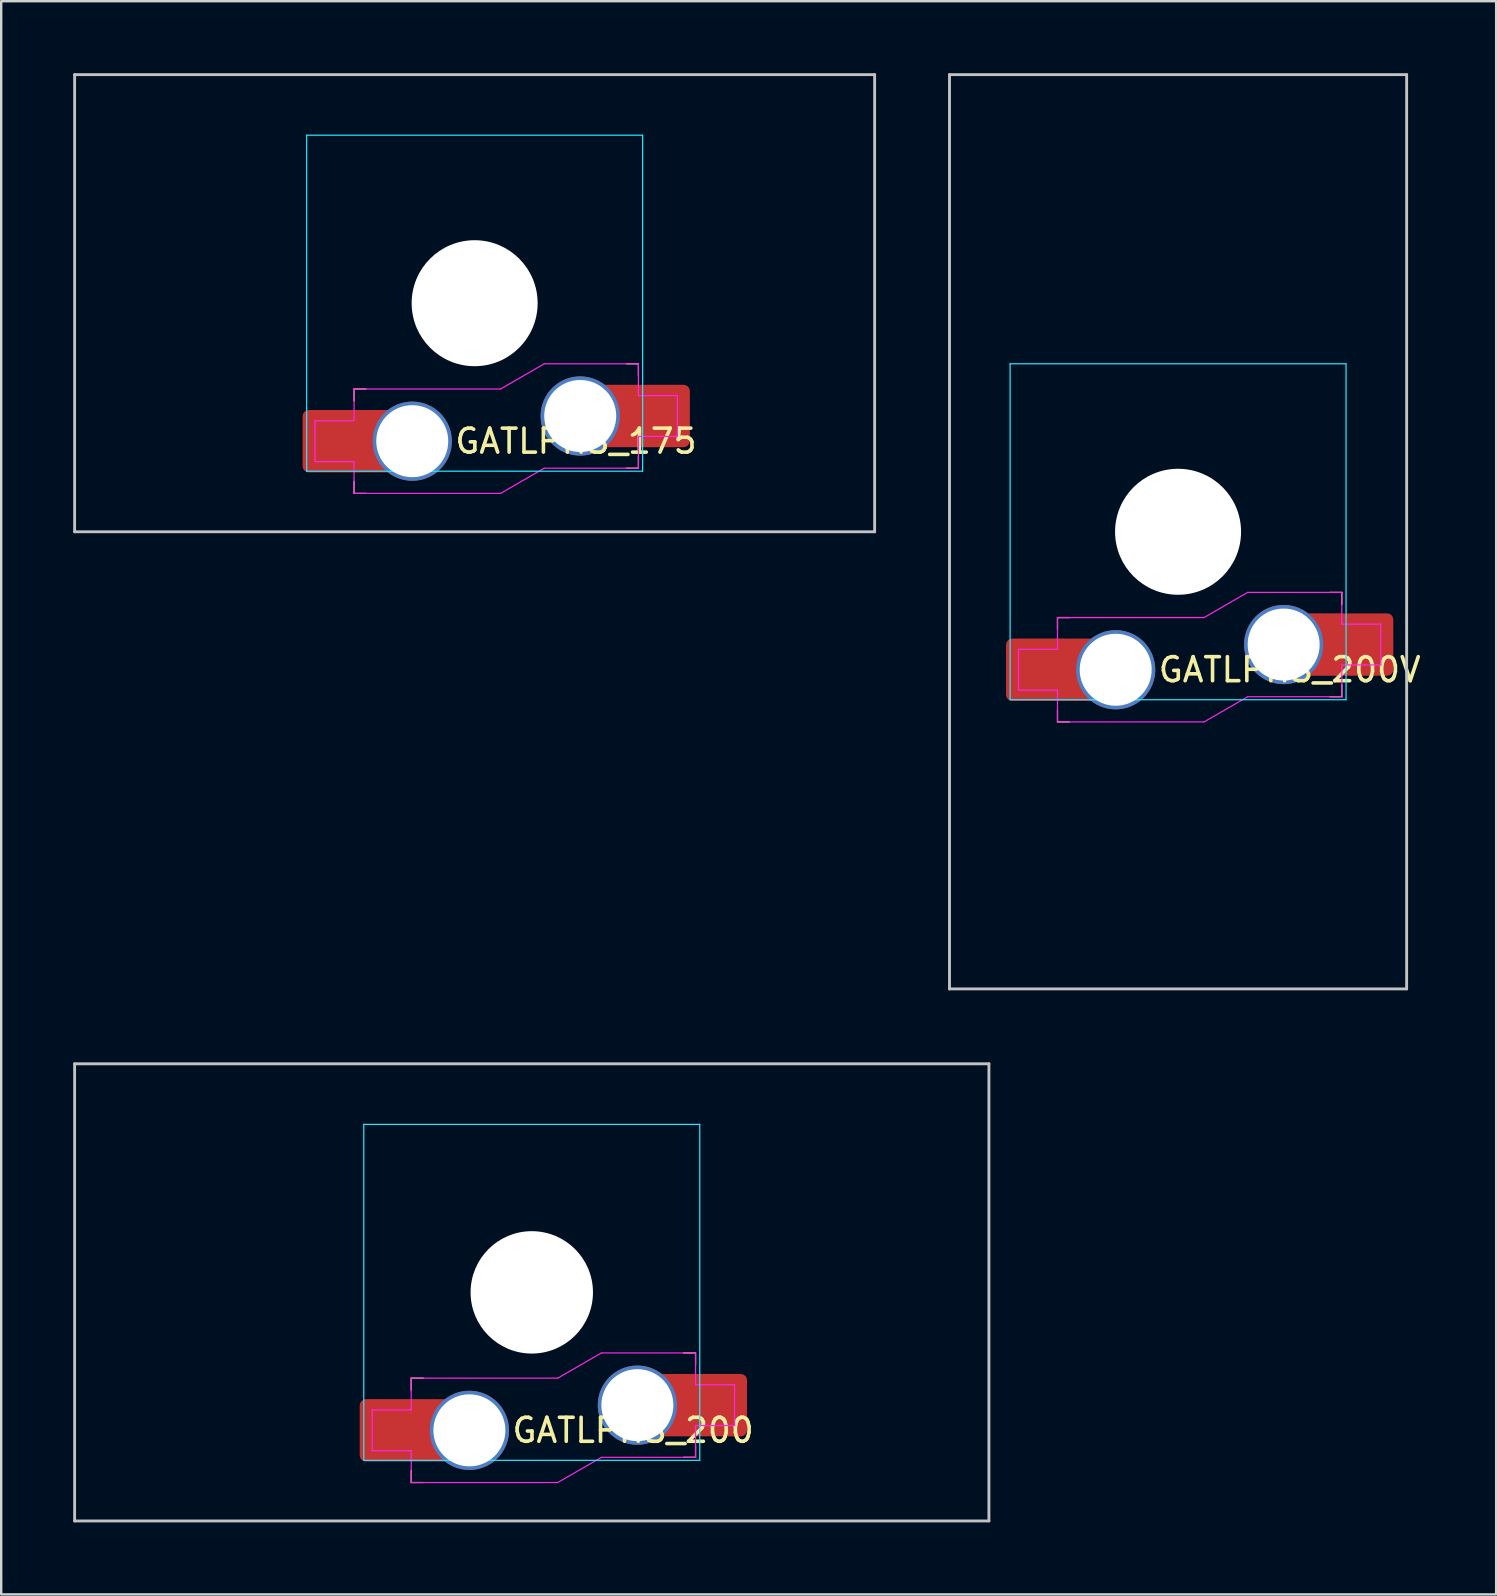
<source format=kicad_pcb>
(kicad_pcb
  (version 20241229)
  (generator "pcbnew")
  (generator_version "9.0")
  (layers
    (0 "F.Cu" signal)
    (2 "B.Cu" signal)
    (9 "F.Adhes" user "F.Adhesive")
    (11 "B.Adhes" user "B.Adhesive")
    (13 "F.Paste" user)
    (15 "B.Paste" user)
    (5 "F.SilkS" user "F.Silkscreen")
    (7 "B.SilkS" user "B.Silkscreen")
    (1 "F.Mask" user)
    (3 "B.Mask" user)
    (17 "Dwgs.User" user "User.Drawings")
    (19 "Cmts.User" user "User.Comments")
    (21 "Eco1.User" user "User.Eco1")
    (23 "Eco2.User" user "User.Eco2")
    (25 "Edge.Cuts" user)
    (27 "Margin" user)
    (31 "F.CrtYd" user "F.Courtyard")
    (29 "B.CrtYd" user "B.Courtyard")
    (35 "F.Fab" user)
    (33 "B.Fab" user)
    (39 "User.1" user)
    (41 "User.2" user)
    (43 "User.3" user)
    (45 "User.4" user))
  (footprint "GATLPHS_200"
    (layer "F.Cu")
    (at 19.11 50.805)
    (property "Reference" "GATLPHS_200" (at -0.9 5.75 180) (layer "F.SilkS") (effects (font (size 1 1) (thickness 0.15)) (justify left)))
    (attr smd)
    (fp_line (start -5.025 4.075) (end -5.025 3.575) (stroke (width 0.05) (type solid)) (layer "F.SilkS"))
    (fp_line (start -5.025 7.425) (end -5.025 7.925) (stroke (width 0.05) (type solid)) (layer "F.SilkS"))
    (fp_line (start -4.525 3.575) (end -5.025 3.575) (stroke (width 0.05) (type solid)) (layer "F.SilkS"))
    (fp_line (start -4.525 7.925) (end -5.025 7.925) (stroke (width 0.05) (type solid)) (layer "F.SilkS"))
    (fp_line (start 6.325 2.525) (end 6.825 2.525) (stroke (width 0.05) (type solid)) (layer "F.SilkS"))
    (fp_line (start 6.825 3.025) (end 6.825 2.525) (stroke (width 0.05) (type solid)) (layer "F.SilkS"))
    (fp_line (start 6.825 6.875) (end 6.325 6.875) (stroke (width 0.05) (type solid)) (layer "F.SilkS"))
    (fp_line (start 6.825 6.875) (end 6.825 6.375) (stroke (width 0.05) (type solid)) (layer "F.SilkS"))
    (fp_line (start -19.05 -9.525) (end 19.05 -9.525) (stroke (width 0.12) (type solid)) (layer "Dwgs.User"))
    (fp_line (start -19.05 9.525) (end -19.05 -9.525) (stroke (width 0.12) (type solid)) (layer "Dwgs.User"))
    (fp_line (start 19.05 -9.525) (end 19.05 9.525) (stroke (width 0.12) (type solid)) (layer "Dwgs.User"))
    (fp_line (start 19.05 9.525) (end -19.05 9.525) (stroke (width 0.12) (type solid)) (layer "Dwgs.User"))
    (fp_line (start -7 -7) (end -7 7) (stroke (width 0.05) (type solid)) (layer "B.CrtYd"))
    (fp_line (start -7 7) (end 7 7) (stroke (width 0.05) (type solid)) (layer "B.CrtYd"))
    (fp_line (start 7 -7) (end -7 -7) (stroke (width 0.05) (type solid)) (layer "B.CrtYd"))
    (fp_line (start 7 7) (end 7 -7) (stroke (width 0.05) (type solid)) (layer "B.CrtYd"))
    (fp_line (start -6.65 4.9) (end -5.025 4.9) (stroke (width 0.05) (type solid)) (layer "F.CrtYd"))
    (fp_line (start -6.65 6.6) (end -6.65 4.9) (stroke (width 0.05) (type solid)) (layer "F.CrtYd"))
    (fp_line (start -5.025 4.9) (end -5.025 3.575) (stroke (width 0.05) (type solid)) (layer "F.CrtYd"))
    (fp_line (start -5.025 6.6) (end -6.65 6.6) (stroke (width 0.05) (type solid)) (layer "F.CrtYd"))
    (fp_line (start -5.025 6.6) (end -5.025 7.925) (stroke (width 0.05) (type solid)) (layer "F.CrtYd"))
    (fp_line (start -5.025 7.925) (end 1.081 7.925) (stroke (width 0.05) (type solid)) (layer "F.CrtYd"))
    (fp_line (start 1.081 3.575) (end -5.025 3.575) (stroke (width 0.05) (type solid)) (layer "F.CrtYd"))
    (fp_line (start 1.081 7.925) (end 2.9 6.875) (stroke (width 0.05) (type solid)) (layer "F.CrtYd"))
    (fp_line (start 2.9 2.525) (end 1.081 3.575) (stroke (width 0.05) (type solid)) (layer "F.CrtYd"))
    (fp_line (start 2.9 6.875) (end 6.825 6.875) (stroke (width 0.05) (type solid)) (layer "F.CrtYd"))
    (fp_line (start 6.825 2.525) (end 2.9 2.525) (stroke (width 0.05) (type solid)) (layer "F.CrtYd"))
    (fp_line (start 6.825 3.85) (end 6.825 2.525) (stroke (width 0.05) (type solid)) (layer "F.CrtYd"))
    (fp_line (start 6.825 5.55) (end 8.45 5.55) (stroke (width 0.05) (type solid)) (layer "F.CrtYd"))
    (fp_line (start 6.825 6.875) (end 6.825 5.55) (stroke (width 0.05) (type solid)) (layer "F.CrtYd"))
    (fp_line (start 8.45 3.85) (end 6.825 3.85) (stroke (width 0.05) (type solid)) (layer "F.CrtYd"))
    (fp_line (start 8.45 5.55) (end 8.45 3.85) (stroke (width 0.05) (type solid)) (layer "F.CrtYd"))
    (pad "" np_thru_hole circle (at 0 0 180) (size 5.1 5.1) (drill 5.1) (layers "*.Cu" "*.Mask"))
    (pad "1" thru_hole circle (at 4.4 4.7) (size 3.3 3.3) (drill 3) (layers "*.Cu" "F.Mask"))
    (pad "1" smd rect (at 5.95 4.7) (size 1.2 2.6) (layers "F.Cu"))
    (pad "1" smd roundrect (at 7.645 4.7) (size 2.65 2.6) (layers "F.Cu" "F.Mask" "F.Paste") (roundrect_rratio 0.1))
    (pad "2" smd roundrect (at -5.845 5.75) (size 2.65 2.6) (layers "F.Cu" "F.Mask" "F.Paste") (roundrect_rratio 0.1))
    (pad "2" smd rect (at -4.15 5.75 180) (size 1.2 2.6) (layers "F.Cu"))
    (pad "2" thru_hole circle (at -2.6 5.75) (size 3.3 3.3) (drill 3) (layers "*.Cu" "F.Mask")))
  (footprint "GATLPHS_175"
    (layer "F.Cu")
    (at 16.729 9.585)
    (property "Reference" "GATLPHS_175" (at -0.9 5.75 180) (layer "F.SilkS") (effects (font (size 1 1) (thickness 0.15)) (justify left)))
    (attr smd)
    (fp_line (start -5.025 4.075) (end -5.025 3.575) (stroke (width 0.05) (type solid)) (layer "F.SilkS"))
    (fp_line (start -5.025 7.425) (end -5.025 7.925) (stroke (width 0.05) (type solid)) (layer "F.SilkS"))
    (fp_line (start -4.525 3.575) (end -5.025 3.575) (stroke (width 0.05) (type solid)) (layer "F.SilkS"))
    (fp_line (start -4.525 7.925) (end -5.025 7.925) (stroke (width 0.05) (type solid)) (layer "F.SilkS"))
    (fp_line (start 6.325 2.525) (end 6.825 2.525) (stroke (width 0.05) (type solid)) (layer "F.SilkS"))
    (fp_line (start 6.825 3.025) (end 6.825 2.525) (stroke (width 0.05) (type solid)) (layer "F.SilkS"))
    (fp_line (start 6.825 6.875) (end 6.325 6.875) (stroke (width 0.05) (type solid)) (layer "F.SilkS"))
    (fp_line (start 6.825 6.875) (end 6.825 6.375) (stroke (width 0.05) (type solid)) (layer "F.SilkS"))
    (fp_line (start -16.669 9.525) (end -16.669 -9.525) (stroke (width 0.12) (type solid)) (layer "Dwgs.User"))
    (fp_line (start -16.669 9.525) (end 16.669 9.525) (stroke (width 0.12) (type solid)) (layer "Dwgs.User"))
    (fp_line (start 16.669 -9.525) (end -16.669 -9.525) (stroke (width 0.12) (type solid)) (layer "Dwgs.User"))
    (fp_line (start 16.669 -9.525) (end 16.669 9.525) (stroke (width 0.12) (type solid)) (layer "Dwgs.User"))
    (fp_line (start -7 -7) (end -7 7) (stroke (width 0.05) (type solid)) (layer "B.CrtYd"))
    (fp_line (start -7 7) (end 7 7) (stroke (width 0.05) (type solid)) (layer "B.CrtYd"))
    (fp_line (start 7 -7) (end -7 -7) (stroke (width 0.05) (type solid)) (layer "B.CrtYd"))
    (fp_line (start 7 7) (end 7 -7) (stroke (width 0.05) (type solid)) (layer "B.CrtYd"))
    (fp_line (start -6.65 4.9) (end -5.025 4.9) (stroke (width 0.05) (type solid)) (layer "F.CrtYd"))
    (fp_line (start -6.65 6.6) (end -6.65 4.9) (stroke (width 0.05) (type solid)) (layer "F.CrtYd"))
    (fp_line (start -5.025 4.9) (end -5.025 3.575) (stroke (width 0.05) (type solid)) (layer "F.CrtYd"))
    (fp_line (start -5.025 6.6) (end -6.65 6.6) (stroke (width 0.05) (type solid)) (layer "F.CrtYd"))
    (fp_line (start -5.025 6.6) (end -5.025 7.925) (stroke (width 0.05) (type solid)) (layer "F.CrtYd"))
    (fp_line (start -5.025 7.925) (end 1.081 7.925) (stroke (width 0.05) (type solid)) (layer "F.CrtYd"))
    (fp_line (start 1.081 3.575) (end -5.025 3.575) (stroke (width 0.05) (type solid)) (layer "F.CrtYd"))
    (fp_line (start 1.081 7.925) (end 2.9 6.875) (stroke (width 0.05) (type solid)) (layer "F.CrtYd"))
    (fp_line (start 2.9 2.525) (end 1.081 3.575) (stroke (width 0.05) (type solid)) (layer "F.CrtYd"))
    (fp_line (start 2.9 6.875) (end 6.825 6.875) (stroke (width 0.05) (type solid)) (layer "F.CrtYd"))
    (fp_line (start 6.825 2.525) (end 2.9 2.525) (stroke (width 0.05) (type solid)) (layer "F.CrtYd"))
    (fp_line (start 6.825 3.85) (end 6.825 2.525) (stroke (width 0.05) (type solid)) (layer "F.CrtYd"))
    (fp_line (start 6.825 5.55) (end 8.45 5.55) (stroke (width 0.05) (type solid)) (layer "F.CrtYd"))
    (fp_line (start 6.825 6.875) (end 6.825 5.55) (stroke (width 0.05) (type solid)) (layer "F.CrtYd"))
    (fp_line (start 8.45 3.85) (end 6.825 3.85) (stroke (width 0.05) (type solid)) (layer "F.CrtYd"))
    (fp_line (start 8.45 5.55) (end 8.45 3.85) (stroke (width 0.05) (type solid)) (layer "F.CrtYd"))
    (pad "" np_thru_hole circle (at 0 0 180) (size 5.25 5.25) (drill 5.25) (layers "*.Cu" "*.Mask"))
    (pad "1" thru_hole circle (at 4.4 4.7) (size 3.3 3.3) (drill 3) (layers "*.Cu" "F.Mask"))
    (pad "1" smd rect (at 6 4.7) (size 1.25 2.6) (layers "F.Cu"))
    (pad "1" smd roundrect (at 7.67 4.7) (size 2.6 2.6) (layers "F.Cu" "F.Mask" "F.Paste") (roundrect_rratio 0.1))
    (pad "2" smd roundrect (at -5.87 5.75) (size 2.6 2.6) (layers "F.Cu" "F.Mask" "F.Paste") (roundrect_rratio 0.1))
    (pad "2" smd rect (at -4.2 5.75 180) (size 1.25 2.6) (layers "F.Cu"))
    (pad "2" thru_hole circle (at -2.6 5.75) (size 3.3 3.3) (drill 3) (layers "*.Cu" "F.Mask")))
  (footprint "GATLPHS_200V"
    (layer "F.Cu")
    (at 46.042 19.11)
    (property "Reference" "GATLPHS_200V" (at -0.9 5.75 180) (layer "F.SilkS") (effects (font (size 1 1) (thickness 0.15)) (justify left)))
    (attr smd)
    (fp_line (start -5.025 4.075) (end -5.025 3.575) (stroke (width 0.05) (type solid)) (layer "F.SilkS"))
    (fp_line (start -5.025 7.425) (end -5.025 7.925) (stroke (width 0.05) (type solid)) (layer "F.SilkS"))
    (fp_line (start -4.525 3.575) (end -5.025 3.575) (stroke (width 0.05) (type solid)) (layer "F.SilkS"))
    (fp_line (start -4.525 7.925) (end -5.025 7.925) (stroke (width 0.05) (type solid)) (layer "F.SilkS"))
    (fp_line (start 6.325 2.525) (end 6.825 2.525) (stroke (width 0.05) (type solid)) (layer "F.SilkS"))
    (fp_line (start 6.825 3.025) (end 6.825 2.525) (stroke (width 0.05) (type solid)) (layer "F.SilkS"))
    (fp_line (start 6.825 6.875) (end 6.325 6.875) (stroke (width 0.05) (type solid)) (layer "F.SilkS"))
    (fp_line (start 6.825 6.875) (end 6.825 6.375) (stroke (width 0.05) (type solid)) (layer "F.SilkS"))
    (fp_line (start -9.525 -19.05) (end -9.525 19.05) (stroke (width 0.12) (type solid)) (layer "Dwgs.User"))
    (fp_line (start -9.525 -19.05) (end 9.525 -19.05) (stroke (width 0.12) (type solid)) (layer "Dwgs.User"))
    (fp_line (start 9.525 19.05) (end -9.525 19.05) (stroke (width 0.12) (type solid)) (layer "Dwgs.User"))
    (fp_line (start 9.525 19.05) (end 9.525 -19.05) (stroke (width 0.12) (type solid)) (layer "Dwgs.User"))
    (fp_line (start -7 -7) (end -7 7) (stroke (width 0.05) (type solid)) (layer "B.CrtYd"))
    (fp_line (start -7 7) (end 7 7) (stroke (width 0.05) (type solid)) (layer "B.CrtYd"))
    (fp_line (start 7 -7) (end -7 -7) (stroke (width 0.05) (type solid)) (layer "B.CrtYd"))
    (fp_line (start 7 7) (end 7 -7) (stroke (width 0.05) (type solid)) (layer "B.CrtYd"))
    (fp_line (start -6.65 4.9) (end -5.025 4.9) (stroke (width 0.05) (type solid)) (layer "F.CrtYd"))
    (fp_line (start -6.65 6.6) (end -6.65 4.9) (stroke (width 0.05) (type solid)) (layer "F.CrtYd"))
    (fp_line (start -5.025 4.9) (end -5.025 3.575) (stroke (width 0.05) (type solid)) (layer "F.CrtYd"))
    (fp_line (start -5.025 6.6) (end -6.65 6.6) (stroke (width 0.05) (type solid)) (layer "F.CrtYd"))
    (fp_line (start -5.025 6.6) (end -5.025 7.925) (stroke (width 0.05) (type solid)) (layer "F.CrtYd"))
    (fp_line (start -5.025 7.925) (end 1.081 7.925) (stroke (width 0.05) (type solid)) (layer "F.CrtYd"))
    (fp_line (start 1.081 3.575) (end -5.025 3.575) (stroke (width 0.05) (type solid)) (layer "F.CrtYd"))
    (fp_line (start 1.081 7.925) (end 2.9 6.875) (stroke (width 0.05) (type solid)) (layer "F.CrtYd"))
    (fp_line (start 2.9 2.525) (end 1.081 3.575) (stroke (width 0.05) (type solid)) (layer "F.CrtYd"))
    (fp_line (start 2.9 6.875) (end 6.825 6.875) (stroke (width 0.05) (type solid)) (layer "F.CrtYd"))
    (fp_line (start 6.825 2.525) (end 2.9 2.525) (stroke (width 0.05) (type solid)) (layer "F.CrtYd"))
    (fp_line (start 6.825 3.85) (end 6.825 2.525) (stroke (width 0.05) (type solid)) (layer "F.CrtYd"))
    (fp_line (start 6.825 5.55) (end 8.45 5.55) (stroke (width 0.05) (type solid)) (layer "F.CrtYd"))
    (fp_line (start 6.825 6.875) (end 6.825 5.55) (stroke (width 0.05) (type solid)) (layer "F.CrtYd"))
    (fp_line (start 8.45 3.85) (end 6.825 3.85) (stroke (width 0.05) (type solid)) (layer "F.CrtYd"))
    (fp_line (start 8.45 5.55) (end 8.45 3.85) (stroke (width 0.05) (type solid)) (layer "F.CrtYd"))
    (pad "" np_thru_hole circle (at 0 0) (size 5.25 5.25) (drill 5.25) (layers "*.Cu" "*.Mask"))
    (pad "1" thru_hole circle (at 4.4 4.7) (size 3.3 3.3) (drill 3) (layers "*.Cu" "F.Mask"))
    (pad "1" smd rect (at 6 4.7) (size 1.25 2.6) (layers "F.Cu"))
    (pad "1" smd roundrect (at 7.67 4.7) (size 2.6 2.6) (layers "F.Cu" "F.Mask" "F.Paste") (roundrect_rratio 0.1))
    (pad "2" smd roundrect (at -5.87 5.75) (size 2.6 2.6) (layers "F.Cu" "F.Mask" "F.Paste") (roundrect_rratio 0.1))
    (pad "2" smd rect (at -4.2 5.75 180) (size 1.25 2.6) (layers "F.Cu"))
    (pad "2" thru_hole circle (at -2.6 5.75) (size 3.3 3.3) (drill 3) (layers "*.Cu" "F.Mask")))
  (gr_rect
    (start -3 -3)
    (end 59.297 63.39)
    (stroke (width 0.1) (type default))
    (fill no)
    (layer "Edge.Cuts")))
</source>
